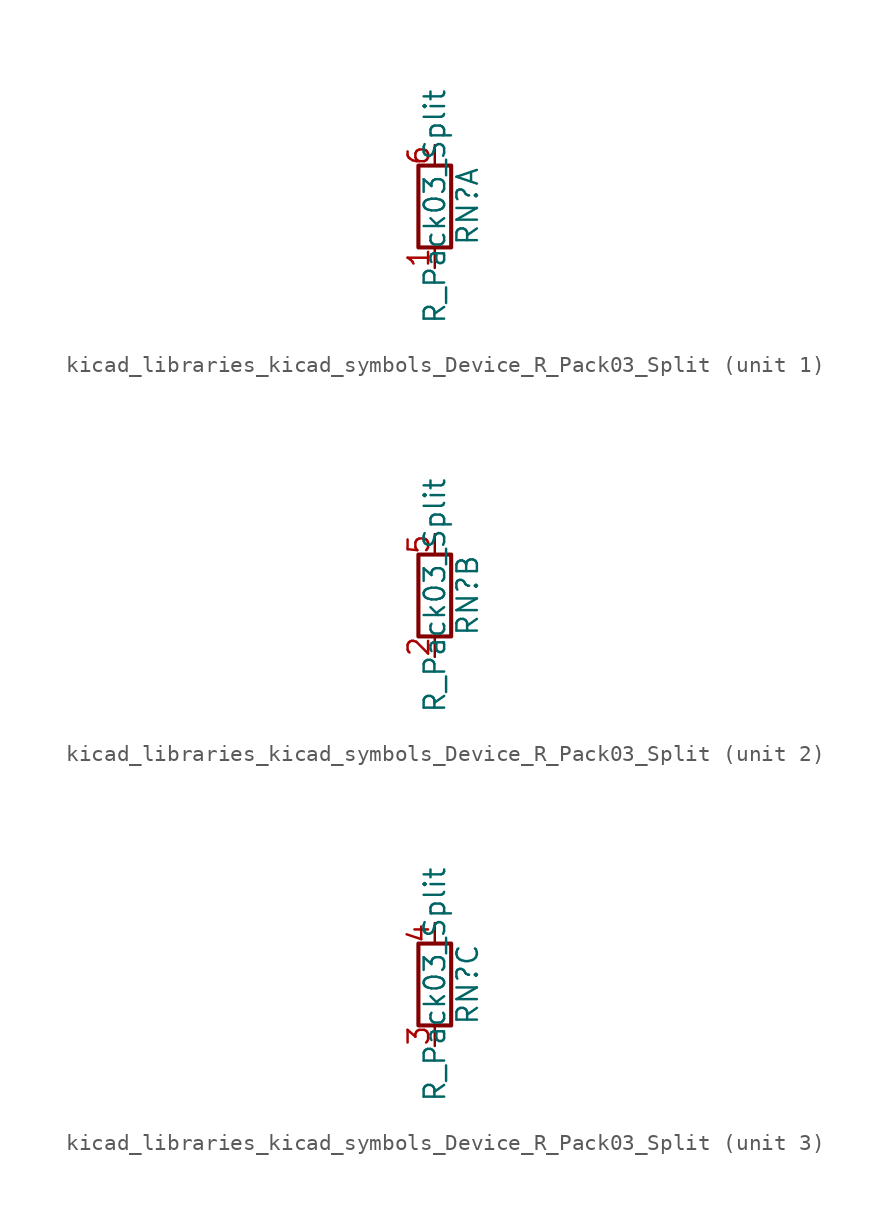
<source format=kicad_sym>
(kicad_symbol_lib
  (version 20220914)
  (generator kicad_symbol_editor)
  (symbol "kicad_libraries_kicad_symbols_Device_R_Pack03_Split"
    (pin_names
      (offset 0) hide)
    (property "Reference" "RN"
      (at 2.032 0 90)
      (effects (font (size 1.27 1.27))))
    (property "Value" "R_Pack03_Split"
      (at 0 0 90)
      (effects (font (size 1.27 1.27))))
    (symbol "kicad_libraries_kicad_symbols_Device_R_Pack03_Split_0_1"
      (rectangle (start 1.016 2.54) (end -1.016 -2.54) (stroke (width 0.254) (type default)) (fill (type none))))
    (symbol "kicad_libraries_kicad_symbols_Device_R_Pack03_Split_1_1"
      (pin passive line (at 0 -3.81 90) (length 1.27) (name "R1.1" (effects (font (size 1.27 1.27)))) (number "1" (effects (font (size 1.27 1.27)))))
      (pin passive line (at 0 3.81 270) (length 1.27) (name "R1.2" (effects (font (size 1.27 1.27)))) (number "6" (effects (font (size 1.27 1.27))))))
    (symbol "kicad_libraries_kicad_symbols_Device_R_Pack03_Split_2_1"
      (pin passive line (at 0 -3.81 90) (length 1.27) (name "R2.1" (effects (font (size 1.27 1.27)))) (number "2" (effects (font (size 1.27 1.27)))))
      (pin passive line (at 0 3.81 270) (length 1.27) (name "R2.2" (effects (font (size 1.27 1.27)))) (number "5" (effects (font (size 1.27 1.27))))))
    (symbol "kicad_libraries_kicad_symbols_Device_R_Pack03_Split_3_1"
      (pin passive line (at 0 -3.81 90) (length 1.27) (name "R3.1" (effects (font (size 1.27 1.27)))) (number "3" (effects (font (size 1.27 1.27)))))
      (pin passive line (at 0 3.81 270) (length 1.27) (name "R3.2" (effects (font (size 1.27 1.27)))) (number "4" (effects (font (size 1.27 1.27))))))))
</source>
